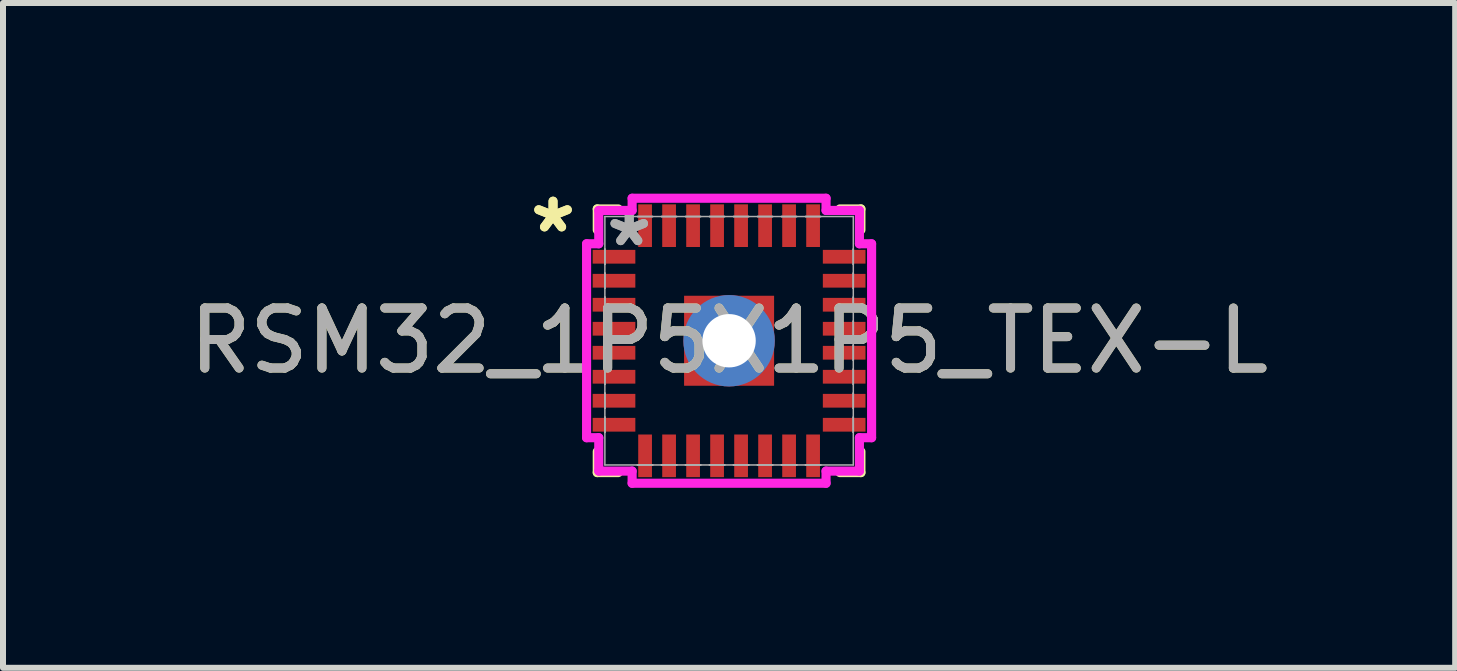
<source format=kicad_pcb>
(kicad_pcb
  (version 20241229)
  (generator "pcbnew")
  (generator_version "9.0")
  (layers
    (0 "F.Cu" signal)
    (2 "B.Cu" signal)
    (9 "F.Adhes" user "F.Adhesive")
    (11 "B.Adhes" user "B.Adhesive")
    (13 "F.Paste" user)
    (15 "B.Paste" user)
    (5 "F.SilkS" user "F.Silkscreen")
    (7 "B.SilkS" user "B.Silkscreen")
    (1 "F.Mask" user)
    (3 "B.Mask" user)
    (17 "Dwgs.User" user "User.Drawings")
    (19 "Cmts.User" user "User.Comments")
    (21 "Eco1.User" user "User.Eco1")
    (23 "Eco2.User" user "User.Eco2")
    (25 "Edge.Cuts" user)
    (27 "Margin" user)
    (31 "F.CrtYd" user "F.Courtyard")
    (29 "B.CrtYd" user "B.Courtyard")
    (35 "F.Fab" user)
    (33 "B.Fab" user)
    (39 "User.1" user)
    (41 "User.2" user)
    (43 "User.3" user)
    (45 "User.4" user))
  (footprint "RSM32_1P5X1P5_TEX-L"
    (layer "F.Cu")
    (at 9.101 2.629)
    (property "Reference" "RSM32_1P5X1P5_TEX-L" (at 0 0 0) (unlocked yes) (layer "F.SilkS") (effects (font (size 1 1) (thickness 0.15))))
    (attr smd)
    (fp_poly (pts (xy -0.814 -0.814) (xy -0.2 -0.814) (xy -0.2 0.814) (xy -0.814 0.814)) (stroke (width 0) (type solid)) (fill yes) (layer "F.Mask"))
    (fp_poly (pts (xy -0.814 -0.814) (xy 0.814 -0.814) (xy 0.814 -0.2) (xy -0.814 -0.2)) (stroke (width 0) (type solid)) (fill yes) (layer "F.Mask"))
    (fp_poly (pts (xy -0.814 0.2) (xy 0.814 0.2) (xy 0.814 0.814) (xy -0.814 0.814)) (stroke (width 0) (type solid)) (fill yes) (layer "F.Mask"))
    (fp_poly (pts (xy 0.2 -0.814) (xy 0.814 -0.814) (xy 0.814 0.814) (xy 0.2 0.814)) (stroke (width 0) (type solid)) (fill yes) (layer "F.Mask"))
    (fp_line (start -2.197 -2.197) (end -2.197 -1.847) (stroke (width 0.152) (type solid)) (layer "F.SilkS"))
    (fp_line (start -2.197 1.847) (end -2.197 2.197) (stroke (width 0.152) (type solid)) (layer "F.SilkS"))
    (fp_line (start -2.197 2.197) (end -1.847 2.197) (stroke (width 0.152) (type solid)) (layer "F.SilkS"))
    (fp_line (start -1.847 -2.197) (end -2.197 -2.197) (stroke (width 0.152) (type solid)) (layer "F.SilkS"))
    (fp_line (start 1.847 2.197) (end 2.197 2.197) (stroke (width 0.152) (type solid)) (layer "F.SilkS"))
    (fp_line (start 2.197 -2.197) (end 1.847 -2.197) (stroke (width 0.152) (type solid)) (layer "F.SilkS"))
    (fp_line (start 2.197 -1.847) (end 2.197 -2.197) (stroke (width 0.152) (type solid)) (layer "F.SilkS"))
    (fp_line (start 2.197 2.197) (end 2.197 1.847) (stroke (width 0.152) (type solid)) (layer "F.SilkS"))
    (fp_poly (pts (xy -0.675 -0.675) (xy -0.675 -0.1) (xy -0.241 -0.1) (xy -0.1 -0.241) (xy -0.1 -0.675)) (stroke (width 0) (type solid)) (fill yes) (layer "F.Paste"))
    (fp_poly (pts (xy -0.675 0.1) (xy -0.675 0.675) (xy -0.1 0.675) (xy -0.1 0.241) (xy -0.241 0.1)) (stroke (width 0) (type solid)) (fill yes) (layer "F.Paste"))
    (fp_poly (pts (xy 0.1 -0.675) (xy 0.1 -0.241) (xy 0.241 -0.1) (xy 0.675 -0.1) (xy 0.675 -0.675)) (stroke (width 0) (type solid)) (fill yes) (layer "F.Paste"))
    (fp_poly (pts (xy 0.241 0.1) (xy 0.1 0.241) (xy 0.1 0.675) (xy 0.675 0.675) (xy 0.675 0.1)) (stroke (width 0) (type solid)) (fill yes) (layer "F.Paste"))
    (fp_line (start -2.375 -1.616) (end -2.172 -1.616) (stroke (width 0.152) (type solid)) (layer "F.CrtYd"))
    (fp_line (start -2.375 1.616) (end -2.375 -1.616) (stroke (width 0.152) (type solid)) (layer "F.CrtYd"))
    (fp_line (start -2.172 -2.172) (end -1.616 -2.172) (stroke (width 0.152) (type solid)) (layer "F.CrtYd"))
    (fp_line (start -2.172 -1.616) (end -2.172 -2.172) (stroke (width 0.152) (type solid)) (layer "F.CrtYd"))
    (fp_line (start -2.172 1.616) (end -2.375 1.616) (stroke (width 0.152) (type solid)) (layer "F.CrtYd"))
    (fp_line (start -2.172 2.172) (end -2.172 1.616) (stroke (width 0.152) (type solid)) (layer "F.CrtYd"))
    (fp_line (start -1.616 -2.375) (end 1.616 -2.375) (stroke (width 0.152) (type solid)) (layer "F.CrtYd"))
    (fp_line (start -1.616 -2.172) (end -1.616 -2.375) (stroke (width 0.152) (type solid)) (layer "F.CrtYd"))
    (fp_line (start -1.616 2.172) (end -2.172 2.172) (stroke (width 0.152) (type solid)) (layer "F.CrtYd"))
    (fp_line (start -1.616 2.375) (end -1.616 2.172) (stroke (width 0.152) (type solid)) (layer "F.CrtYd"))
    (fp_line (start 1.616 -2.375) (end 1.616 -2.172) (stroke (width 0.152) (type solid)) (layer "F.CrtYd"))
    (fp_line (start 1.616 -2.172) (end 2.172 -2.172) (stroke (width 0.152) (type solid)) (layer "F.CrtYd"))
    (fp_line (start 1.616 2.172) (end 1.616 2.375) (stroke (width 0.152) (type solid)) (layer "F.CrtYd"))
    (fp_line (start 1.616 2.375) (end -1.616 2.375) (stroke (width 0.152) (type solid)) (layer "F.CrtYd"))
    (fp_line (start 2.172 -2.172) (end 2.172 -1.616) (stroke (width 0.152) (type solid)) (layer "F.CrtYd"))
    (fp_line (start 2.172 -1.616) (end 2.375 -1.616) (stroke (width 0.152) (type solid)) (layer "F.CrtYd"))
    (fp_line (start 2.172 1.616) (end 2.172 2.172) (stroke (width 0.152) (type solid)) (layer "F.CrtYd"))
    (fp_line (start 2.172 2.172) (end 1.616 2.172) (stroke (width 0.152) (type solid)) (layer "F.CrtYd"))
    (fp_line (start 2.375 -1.616) (end 2.375 1.616) (stroke (width 0.152) (type solid)) (layer "F.CrtYd"))
    (fp_line (start 2.375 1.616) (end 2.172 1.616) (stroke (width 0.152) (type solid)) (layer "F.CrtYd"))
    (fp_line (start -2.07 -2.07) (end -2.07 2.07) (stroke (width 0.025) (type solid)) (layer "F.Fab"))
    (fp_line (start -2.07 -1.527) (end -2.07 -1.527) (stroke (width 0.025) (type solid)) (layer "F.Fab"))
    (fp_line (start -2.07 -1.527) (end -2.07 -1.273) (stroke (width 0.025) (type solid)) (layer "F.Fab"))
    (fp_line (start -2.07 -1.273) (end -2.07 -1.527) (stroke (width 0.025) (type solid)) (layer "F.Fab"))
    (fp_line (start -2.07 -1.273) (end -2.07 -1.273) (stroke (width 0.025) (type solid)) (layer "F.Fab"))
    (fp_line (start -2.07 -1.127) (end -2.07 -1.127) (stroke (width 0.025) (type solid)) (layer "F.Fab"))
    (fp_line (start -2.07 -1.127) (end -2.07 -0.873) (stroke (width 0.025) (type solid)) (layer "F.Fab"))
    (fp_line (start -2.07 -0.873) (end -2.07 -1.127) (stroke (width 0.025) (type solid)) (layer "F.Fab"))
    (fp_line (start -2.07 -0.873) (end -2.07 -0.873) (stroke (width 0.025) (type solid)) (layer "F.Fab"))
    (fp_line (start -2.07 -0.727) (end -2.07 -0.727) (stroke (width 0.025) (type solid)) (layer "F.Fab"))
    (fp_line (start -2.07 -0.727) (end -2.07 -0.473) (stroke (width 0.025) (type solid)) (layer "F.Fab"))
    (fp_line (start -2.07 -0.473) (end -2.07 -0.727) (stroke (width 0.025) (type solid)) (layer "F.Fab"))
    (fp_line (start -2.07 -0.473) (end -2.07 -0.473) (stroke (width 0.025) (type solid)) (layer "F.Fab"))
    (fp_line (start -2.07 -0.327) (end -2.07 -0.327) (stroke (width 0.025) (type solid)) (layer "F.Fab"))
    (fp_line (start -2.07 -0.327) (end -2.07 -0.073) (stroke (width 0.025) (type solid)) (layer "F.Fab"))
    (fp_line (start -2.07 -0.073) (end -2.07 -0.327) (stroke (width 0.025) (type solid)) (layer "F.Fab"))
    (fp_line (start -2.07 -0.073) (end -2.07 -0.073) (stroke (width 0.025) (type solid)) (layer "F.Fab"))
    (fp_line (start -2.07 0.073) (end -2.07 0.073) (stroke (width 0.025) (type solid)) (layer "F.Fab"))
    (fp_line (start -2.07 0.073) (end -2.07 0.327) (stroke (width 0.025) (type solid)) (layer "F.Fab"))
    (fp_line (start -2.07 0.327) (end -2.07 0.073) (stroke (width 0.025) (type solid)) (layer "F.Fab"))
    (fp_line (start -2.07 0.327) (end -2.07 0.327) (stroke (width 0.025) (type solid)) (layer "F.Fab"))
    (fp_line (start -2.07 0.473) (end -2.07 0.473) (stroke (width 0.025) (type solid)) (layer "F.Fab"))
    (fp_line (start -2.07 0.473) (end -2.07 0.727) (stroke (width 0.025) (type solid)) (layer "F.Fab"))
    (fp_line (start -2.07 0.727) (end -2.07 0.473) (stroke (width 0.025) (type solid)) (layer "F.Fab"))
    (fp_line (start -2.07 0.727) (end -2.07 0.727) (stroke (width 0.025) (type solid)) (layer "F.Fab"))
    (fp_line (start -2.07 0.873) (end -2.07 0.873) (stroke (width 0.025) (type solid)) (layer "F.Fab"))
    (fp_line (start -2.07 0.873) (end -2.07 1.127) (stroke (width 0.025) (type solid)) (layer "F.Fab"))
    (fp_line (start -2.07 1.127) (end -2.07 0.873) (stroke (width 0.025) (type solid)) (layer "F.Fab"))
    (fp_line (start -2.07 1.127) (end -2.07 1.127) (stroke (width 0.025) (type solid)) (layer "F.Fab"))
    (fp_line (start -2.07 1.273) (end -2.07 1.273) (stroke (width 0.025) (type solid)) (layer "F.Fab"))
    (fp_line (start -2.07 1.273) (end -2.07 1.527) (stroke (width 0.025) (type solid)) (layer "F.Fab"))
    (fp_line (start -2.07 1.527) (end -2.07 1.273) (stroke (width 0.025) (type solid)) (layer "F.Fab"))
    (fp_line (start -2.07 1.527) (end -2.07 1.527) (stroke (width 0.025) (type solid)) (layer "F.Fab"))
    (fp_line (start -2.07 2.07) (end 2.07 2.07) (stroke (width 0.025) (type solid)) (layer "F.Fab"))
    (fp_line (start -1.527 -2.07) (end -1.527 -2.07) (stroke (width 0.025) (type solid)) (layer "F.Fab"))
    (fp_line (start -1.527 -2.07) (end -1.273 -2.07) (stroke (width 0.025) (type solid)) (layer "F.Fab"))
    (fp_line (start -1.527 2.07) (end -1.527 2.07) (stroke (width 0.025) (type solid)) (layer "F.Fab"))
    (fp_line (start -1.527 2.07) (end -1.273 2.07) (stroke (width 0.025) (type solid)) (layer "F.Fab"))
    (fp_line (start -1.273 -2.07) (end -1.527 -2.07) (stroke (width 0.025) (type solid)) (layer "F.Fab"))
    (fp_line (start -1.273 -2.07) (end -1.273 -2.07) (stroke (width 0.025) (type solid)) (layer "F.Fab"))
    (fp_line (start -1.273 2.07) (end -1.527 2.07) (stroke (width 0.025) (type solid)) (layer "F.Fab"))
    (fp_line (start -1.273 2.07) (end -1.273 2.07) (stroke (width 0.025) (type solid)) (layer "F.Fab"))
    (fp_line (start -1.127 -2.07) (end -1.127 -2.07) (stroke (width 0.025) (type solid)) (layer "F.Fab"))
    (fp_line (start -1.127 -2.07) (end -0.873 -2.07) (stroke (width 0.025) (type solid)) (layer "F.Fab"))
    (fp_line (start -1.127 2.07) (end -1.127 2.07) (stroke (width 0.025) (type solid)) (layer "F.Fab"))
    (fp_line (start -1.127 2.07) (end -0.873 2.07) (stroke (width 0.025) (type solid)) (layer "F.Fab"))
    (fp_line (start -0.873 -2.07) (end -1.127 -2.07) (stroke (width 0.025) (type solid)) (layer "F.Fab"))
    (fp_line (start -0.873 -2.07) (end -0.873 -2.07) (stroke (width 0.025) (type solid)) (layer "F.Fab"))
    (fp_line (start -0.873 2.07) (end -1.127 2.07) (stroke (width 0.025) (type solid)) (layer "F.Fab"))
    (fp_line (start -0.873 2.07) (end -0.873 2.07) (stroke (width 0.025) (type solid)) (layer "F.Fab"))
    (fp_line (start -0.727 -2.07) (end -0.727 -2.07) (stroke (width 0.025) (type solid)) (layer "F.Fab"))
    (fp_line (start -0.727 -2.07) (end -0.473 -2.07) (stroke (width 0.025) (type solid)) (layer "F.Fab"))
    (fp_line (start -0.727 2.07) (end -0.727 2.07) (stroke (width 0.025) (type solid)) (layer "F.Fab"))
    (fp_line (start -0.727 2.07) (end -0.473 2.07) (stroke (width 0.025) (type solid)) (layer "F.Fab"))
    (fp_line (start -0.473 -2.07) (end -0.727 -2.07) (stroke (width 0.025) (type solid)) (layer "F.Fab"))
    (fp_line (start -0.473 -2.07) (end -0.473 -2.07) (stroke (width 0.025) (type solid)) (layer "F.Fab"))
    (fp_line (start -0.473 2.07) (end -0.727 2.07) (stroke (width 0.025) (type solid)) (layer "F.Fab"))
    (fp_line (start -0.473 2.07) (end -0.473 2.07) (stroke (width 0.025) (type solid)) (layer "F.Fab"))
    (fp_line (start -0.327 -2.07) (end -0.327 -2.07) (stroke (width 0.025) (type solid)) (layer "F.Fab"))
    (fp_line (start -0.327 -2.07) (end -0.073 -2.07) (stroke (width 0.025) (type solid)) (layer "F.Fab"))
    (fp_line (start -0.327 2.07) (end -0.327 2.07) (stroke (width 0.025) (type solid)) (layer "F.Fab"))
    (fp_line (start -0.327 2.07) (end -0.073 2.07) (stroke (width 0.025) (type solid)) (layer "F.Fab"))
    (fp_line (start -0.073 -2.07) (end -0.327 -2.07) (stroke (width 0.025) (type solid)) (layer "F.Fab"))
    (fp_line (start -0.073 -2.07) (end -0.073 -2.07) (stroke (width 0.025) (type solid)) (layer "F.Fab"))
    (fp_line (start -0.073 2.07) (end -0.327 2.07) (stroke (width 0.025) (type solid)) (layer "F.Fab"))
    (fp_line (start -0.073 2.07) (end -0.073 2.07) (stroke (width 0.025) (type solid)) (layer "F.Fab"))
    (fp_line (start 0.073 -2.07) (end 0.073 -2.07) (stroke (width 0.025) (type solid)) (layer "F.Fab"))
    (fp_line (start 0.073 -2.07) (end 0.327 -2.07) (stroke (width 0.025) (type solid)) (layer "F.Fab"))
    (fp_line (start 0.073 2.07) (end 0.073 2.07) (stroke (width 0.025) (type solid)) (layer "F.Fab"))
    (fp_line (start 0.073 2.07) (end 0.327 2.07) (stroke (width 0.025) (type solid)) (layer "F.Fab"))
    (fp_line (start 0.327 -2.07) (end 0.073 -2.07) (stroke (width 0.025) (type solid)) (layer "F.Fab"))
    (fp_line (start 0.327 -2.07) (end 0.327 -2.07) (stroke (width 0.025) (type solid)) (layer "F.Fab"))
    (fp_line (start 0.327 2.07) (end 0.073 2.07) (stroke (width 0.025) (type solid)) (layer "F.Fab"))
    (fp_line (start 0.327 2.07) (end 0.327 2.07) (stroke (width 0.025) (type solid)) (layer "F.Fab"))
    (fp_line (start 0.473 -2.07) (end 0.473 -2.07) (stroke (width 0.025) (type solid)) (layer "F.Fab"))
    (fp_line (start 0.473 -2.07) (end 0.727 -2.07) (stroke (width 0.025) (type solid)) (layer "F.Fab"))
    (fp_line (start 0.473 2.07) (end 0.473 2.07) (stroke (width 0.025) (type solid)) (layer "F.Fab"))
    (fp_line (start 0.473 2.07) (end 0.727 2.07) (stroke (width 0.025) (type solid)) (layer "F.Fab"))
    (fp_line (start 0.727 -2.07) (end 0.473 -2.07) (stroke (width 0.025) (type solid)) (layer "F.Fab"))
    (fp_line (start 0.727 -2.07) (end 0.727 -2.07) (stroke (width 0.025) (type solid)) (layer "F.Fab"))
    (fp_line (start 0.727 2.07) (end 0.473 2.07) (stroke (width 0.025) (type solid)) (layer "F.Fab"))
    (fp_line (start 0.727 2.07) (end 0.727 2.07) (stroke (width 0.025) (type solid)) (layer "F.Fab"))
    (fp_line (start 0.873 -2.07) (end 0.873 -2.07) (stroke (width 0.025) (type solid)) (layer "F.Fab"))
    (fp_line (start 0.873 -2.07) (end 1.127 -2.07) (stroke (width 0.025) (type solid)) (layer "F.Fab"))
    (fp_line (start 0.873 2.07) (end 0.873 2.07) (stroke (width 0.025) (type solid)) (layer "F.Fab"))
    (fp_line (start 0.873 2.07) (end 1.127 2.07) (stroke (width 0.025) (type solid)) (layer "F.Fab"))
    (fp_line (start 1.127 -2.07) (end 0.873 -2.07) (stroke (width 0.025) (type solid)) (layer "F.Fab"))
    (fp_line (start 1.127 -2.07) (end 1.127 -2.07) (stroke (width 0.025) (type solid)) (layer "F.Fab"))
    (fp_line (start 1.127 2.07) (end 0.873 2.07) (stroke (width 0.025) (type solid)) (layer "F.Fab"))
    (fp_line (start 1.127 2.07) (end 1.127 2.07) (stroke (width 0.025) (type solid)) (layer "F.Fab"))
    (fp_line (start 1.273 -2.07) (end 1.273 -2.07) (stroke (width 0.025) (type solid)) (layer "F.Fab"))
    (fp_line (start 1.273 -2.07) (end 1.527 -2.07) (stroke (width 0.025) (type solid)) (layer "F.Fab"))
    (fp_line (start 1.273 2.07) (end 1.273 2.07) (stroke (width 0.025) (type solid)) (layer "F.Fab"))
    (fp_line (start 1.273 2.07) (end 1.527 2.07) (stroke (width 0.025) (type solid)) (layer "F.Fab"))
    (fp_line (start 1.527 -2.07) (end 1.273 -2.07) (stroke (width 0.025) (type solid)) (layer "F.Fab"))
    (fp_line (start 1.527 -2.07) (end 1.527 -2.07) (stroke (width 0.025) (type solid)) (layer "F.Fab"))
    (fp_line (start 1.527 2.07) (end 1.273 2.07) (stroke (width 0.025) (type solid)) (layer "F.Fab"))
    (fp_line (start 1.527 2.07) (end 1.527 2.07) (stroke (width 0.025) (type solid)) (layer "F.Fab"))
    (fp_line (start 2.07 -2.07) (end -2.07 -2.07) (stroke (width 0.025) (type solid)) (layer "F.Fab"))
    (fp_line (start 2.07 -1.527) (end 2.07 -1.527) (stroke (width 0.025) (type solid)) (layer "F.Fab"))
    (fp_line (start 2.07 -1.527) (end 2.07 -1.273) (stroke (width 0.025) (type solid)) (layer "F.Fab"))
    (fp_line (start 2.07 -1.273) (end 2.07 -1.527) (stroke (width 0.025) (type solid)) (layer "F.Fab"))
    (fp_line (start 2.07 -1.273) (end 2.07 -1.273) (stroke (width 0.025) (type solid)) (layer "F.Fab"))
    (fp_line (start 2.07 -1.127) (end 2.07 -1.127) (stroke (width 0.025) (type solid)) (layer "F.Fab"))
    (fp_line (start 2.07 -1.127) (end 2.07 -0.873) (stroke (width 0.025) (type solid)) (layer "F.Fab"))
    (fp_line (start 2.07 -0.873) (end 2.07 -1.127) (stroke (width 0.025) (type solid)) (layer "F.Fab"))
    (fp_line (start 2.07 -0.873) (end 2.07 -0.873) (stroke (width 0.025) (type solid)) (layer "F.Fab"))
    (fp_line (start 2.07 -0.727) (end 2.07 -0.727) (stroke (width 0.025) (type solid)) (layer "F.Fab"))
    (fp_line (start 2.07 -0.727) (end 2.07 -0.473) (stroke (width 0.025) (type solid)) (layer "F.Fab"))
    (fp_line (start 2.07 -0.473) (end 2.07 -0.727) (stroke (width 0.025) (type solid)) (layer "F.Fab"))
    (fp_line (start 2.07 -0.473) (end 2.07 -0.473) (stroke (width 0.025) (type solid)) (layer "F.Fab"))
    (fp_line (start 2.07 -0.327) (end 2.07 -0.327) (stroke (width 0.025) (type solid)) (layer "F.Fab"))
    (fp_line (start 2.07 -0.327) (end 2.07 -0.073) (stroke (width 0.025) (type solid)) (layer "F.Fab"))
    (fp_line (start 2.07 -0.073) (end 2.07 -0.327) (stroke (width 0.025) (type solid)) (layer "F.Fab"))
    (fp_line (start 2.07 -0.073) (end 2.07 -0.073) (stroke (width 0.025) (type solid)) (layer "F.Fab"))
    (fp_line (start 2.07 0.073) (end 2.07 0.073) (stroke (width 0.025) (type solid)) (layer "F.Fab"))
    (fp_line (start 2.07 0.073) (end 2.07 0.327) (stroke (width 0.025) (type solid)) (layer "F.Fab"))
    (fp_line (start 2.07 0.327) (end 2.07 0.073) (stroke (width 0.025) (type solid)) (layer "F.Fab"))
    (fp_line (start 2.07 0.327) (end 2.07 0.327) (stroke (width 0.025) (type solid)) (layer "F.Fab"))
    (fp_line (start 2.07 0.473) (end 2.07 0.473) (stroke (width 0.025) (type solid)) (layer "F.Fab"))
    (fp_line (start 2.07 0.473) (end 2.07 0.727) (stroke (width 0.025) (type solid)) (layer "F.Fab"))
    (fp_line (start 2.07 0.727) (end 2.07 0.473) (stroke (width 0.025) (type solid)) (layer "F.Fab"))
    (fp_line (start 2.07 0.727) (end 2.07 0.727) (stroke (width 0.025) (type solid)) (layer "F.Fab"))
    (fp_line (start 2.07 0.873) (end 2.07 0.873) (stroke (width 0.025) (type solid)) (layer "F.Fab"))
    (fp_line (start 2.07 0.873) (end 2.07 1.127) (stroke (width 0.025) (type solid)) (layer "F.Fab"))
    (fp_line (start 2.07 1.127) (end 2.07 0.873) (stroke (width 0.025) (type solid)) (layer "F.Fab"))
    (fp_line (start 2.07 1.127) (end 2.07 1.127) (stroke (width 0.025) (type solid)) (layer "F.Fab"))
    (fp_line (start 2.07 1.273) (end 2.07 1.273) (stroke (width 0.025) (type solid)) (layer "F.Fab"))
    (fp_line (start 2.07 1.273) (end 2.07 1.527) (stroke (width 0.025) (type solid)) (layer "F.Fab"))
    (fp_line (start 2.07 1.527) (end 2.07 1.273) (stroke (width 0.025) (type solid)) (layer "F.Fab"))
    (fp_line (start 2.07 1.527) (end 2.07 1.527) (stroke (width 0.025) (type solid)) (layer "F.Fab"))
    (fp_line (start 2.07 2.07) (end 2.07 -2.07) (stroke (width 0.025) (type solid)) (layer "F.Fab"))
    (fp_text user "*" (at -2.934 -1.781 0) (layer "F.SilkS") (effects (font (size 1 1) (thickness 0.15))))
    (fp_text user "*" (at -2.934 -1.781 0) (unlocked yes) (layer "F.SilkS") (effects (font (size 1 1) (thickness 0.15))))
    (fp_text user "${REFERENCE}" (at 0 0 0) (unlocked yes) (layer "F.Fab") (effects (font (size 1 1) (thickness 0.15))))
    (fp_text user "*" (at -1.664 -1.552 0) (unlocked yes) (layer "F.Fab") (effects (font (size 1 1) (thickness 0.15))))
    (fp_text user "*" (at -1.664 -1.552 0) (layer "F.Fab") (effects (font (size 1 1) (thickness 0.15))))
    (pad "1" smd rect (at 1.4 -1.918) (size 0.229 0.711) (layers "F.Cu" "F.Mask" "F.Paste"))
    (pad "2" smd rect (at 1 -1.918) (size 0.229 0.711) (layers "F.Cu" "F.Mask" "F.Paste"))
    (pad "3" smd rect (at 0.6 -1.918) (size 0.229 0.711) (layers "F.Cu" "F.Mask" "F.Paste"))
    (pad "4" smd rect (at 0.2 -1.918) (size 0.229 0.711) (layers "F.Cu" "F.Mask" "F.Paste"))
    (pad "5" smd rect (at -0.2 -1.918) (size 0.229 0.711) (layers "F.Cu" "F.Mask" "F.Paste"))
    (pad "6" smd rect (at -0.6 -1.918) (size 0.229 0.711) (layers "F.Cu" "F.Mask" "F.Paste"))
    (pad "7" smd rect (at -1 -1.918) (size 0.229 0.711) (layers "F.Cu" "F.Mask" "F.Paste"))
    (pad "8" smd rect (at -1.4 -1.918) (size 0.229 0.711) (layers "F.Cu" "F.Mask" "F.Paste"))
    (pad "9" smd rect (at -1.918 -1.4 90) (size 0.229 0.711) (layers "F.Cu" "F.Mask" "F.Paste"))
    (pad "10" smd rect (at -1.918 -1 90) (size 0.229 0.711) (layers "F.Cu" "F.Mask" "F.Paste"))
    (pad "11" smd rect (at -1.918 -0.6 90) (size 0.229 0.711) (layers "F.Cu" "F.Mask" "F.Paste"))
    (pad "12" smd rect (at -1.918 -0.2 90) (size 0.229 0.711) (layers "F.Cu" "F.Mask" "F.Paste"))
    (pad "13" smd rect (at -1.918 0.2 90) (size 0.229 0.711) (layers "F.Cu" "F.Mask" "F.Paste"))
    (pad "14" smd rect (at -1.918 0.6 90) (size 0.229 0.711) (layers "F.Cu" "F.Mask" "F.Paste"))
    (pad "15" smd rect (at -1.918 1 90) (size 0.229 0.711) (layers "F.Cu" "F.Mask" "F.Paste"))
    (pad "16" smd rect (at -1.918 1.4 90) (size 0.229 0.711) (layers "F.Cu" "F.Mask" "F.Paste"))
    (pad "17" smd rect (at -1.4 1.918) (size 0.229 0.711) (layers "F.Cu" "F.Mask" "F.Paste"))
    (pad "18" smd rect (at -1 1.918) (size 0.229 0.711) (layers "F.Cu" "F.Mask" "F.Paste"))
    (pad "19" smd rect (at -0.6 1.918) (size 0.229 0.711) (layers "F.Cu" "F.Mask" "F.Paste"))
    (pad "20" smd rect (at -0.2 1.918) (size 0.229 0.711) (layers "F.Cu" "F.Mask" "F.Paste"))
    (pad "21" smd rect (at 0.2 1.918) (size 0.229 0.711) (layers "F.Cu" "F.Mask" "F.Paste"))
    (pad "22" smd rect (at 0.6 1.918) (size 0.229 0.711) (layers "F.Cu" "F.Mask" "F.Paste"))
    (pad "23" smd rect (at 1 1.918) (size 0.229 0.711) (layers "F.Cu" "F.Mask" "F.Paste"))
    (pad "24" smd rect (at 1.4 1.918) (size 0.229 0.711) (layers "F.Cu" "F.Mask" "F.Paste"))
    (pad "25" smd rect (at 1.918 1.4 90) (size 0.229 0.711) (layers "F.Cu" "F.Mask" "F.Paste"))
    (pad "26" smd rect (at 1.918 1 90) (size 0.229 0.711) (layers "F.Cu" "F.Mask" "F.Paste"))
    (pad "27" smd rect (at 1.918 0.6 90) (size 0.229 0.711) (layers "F.Cu" "F.Mask" "F.Paste"))
    (pad "28" smd rect (at 1.918 0.2 90) (size 0.229 0.711) (layers "F.Cu" "F.Mask" "F.Paste"))
    (pad "29" smd rect (at 1.918 -0.2 90) (size 0.229 0.711) (layers "F.Cu" "F.Mask" "F.Paste"))
    (pad "30" smd rect (at 1.918 -0.6 90) (size 0.229 0.711) (layers "F.Cu" "F.Mask" "F.Paste"))
    (pad "31" smd rect (at 1.918 -1 90) (size 0.229 0.711) (layers "F.Cu" "F.Mask" "F.Paste"))
    (pad "32" smd rect (at 1.918 -1.4 90) (size 0.229 0.711) (layers "F.Cu" "F.Mask" "F.Paste"))
    (pad "HTAB" smd rect (at 0 0) (size 1.5 1.5) (layers "F.Cu"))
    (pad "V" thru_hole circle (at 0 0) (size 1.524 1.524) (drill 0.889) (layers "*.Cu" "*.Mask")))
  (gr_rect
    (start -3 -3)
    (end 21.202 8.08)
    (stroke (width 0.1) (type default))
    (fill no)
    (layer "Edge.Cuts")))
</source>
